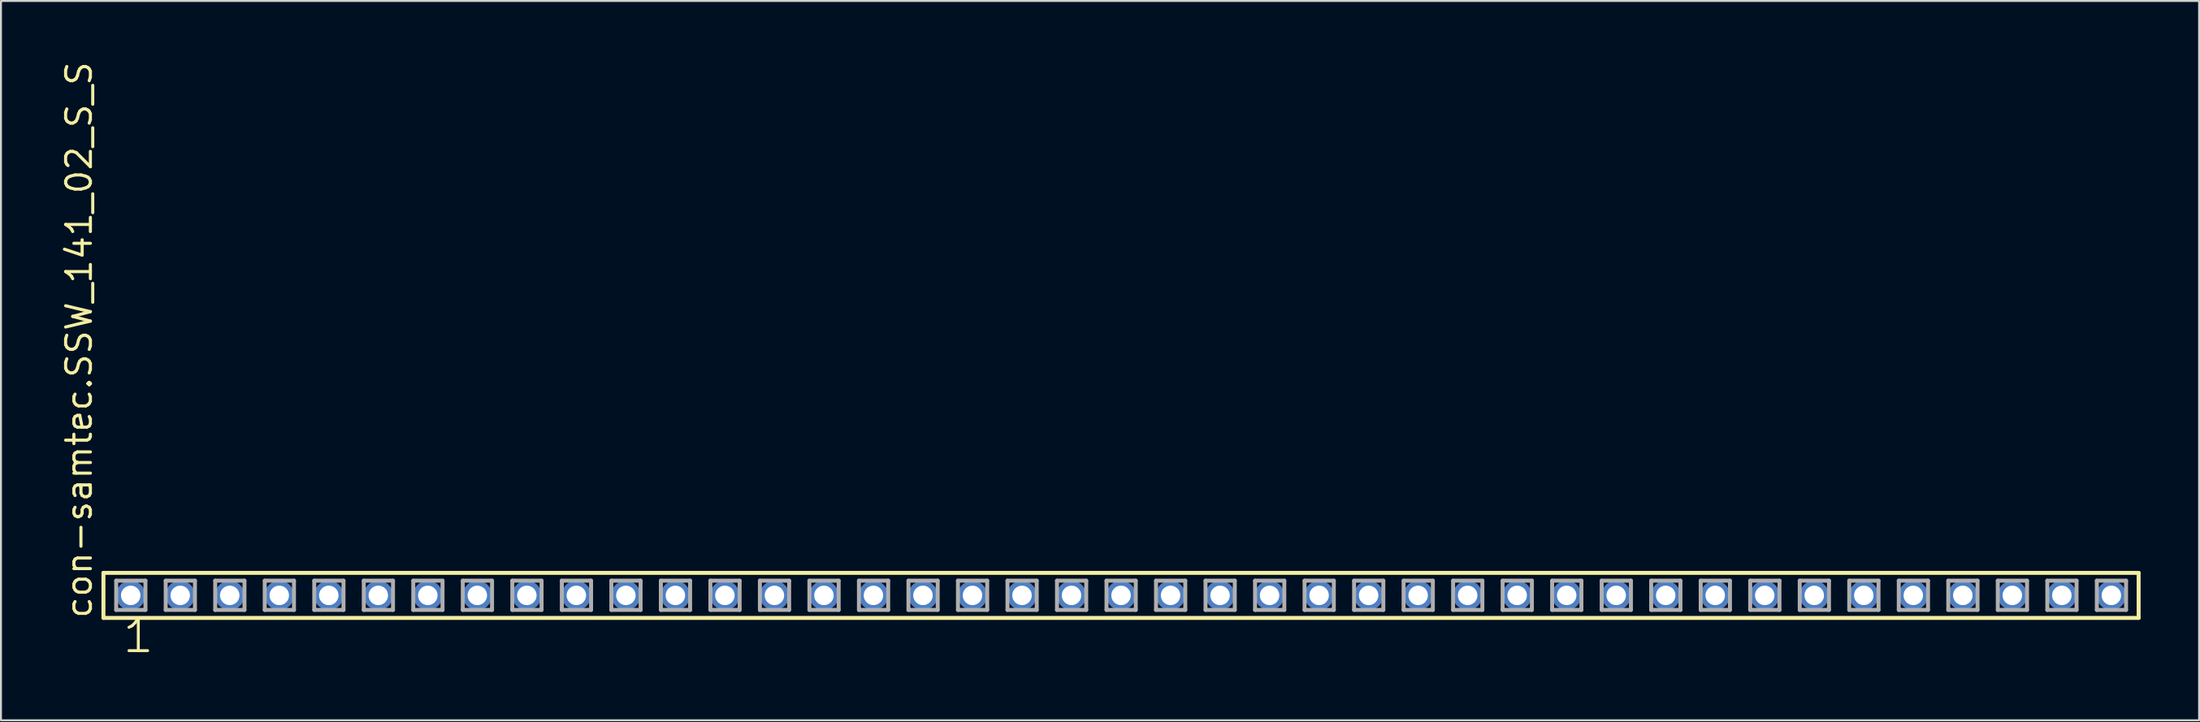
<source format=kicad_pcb>
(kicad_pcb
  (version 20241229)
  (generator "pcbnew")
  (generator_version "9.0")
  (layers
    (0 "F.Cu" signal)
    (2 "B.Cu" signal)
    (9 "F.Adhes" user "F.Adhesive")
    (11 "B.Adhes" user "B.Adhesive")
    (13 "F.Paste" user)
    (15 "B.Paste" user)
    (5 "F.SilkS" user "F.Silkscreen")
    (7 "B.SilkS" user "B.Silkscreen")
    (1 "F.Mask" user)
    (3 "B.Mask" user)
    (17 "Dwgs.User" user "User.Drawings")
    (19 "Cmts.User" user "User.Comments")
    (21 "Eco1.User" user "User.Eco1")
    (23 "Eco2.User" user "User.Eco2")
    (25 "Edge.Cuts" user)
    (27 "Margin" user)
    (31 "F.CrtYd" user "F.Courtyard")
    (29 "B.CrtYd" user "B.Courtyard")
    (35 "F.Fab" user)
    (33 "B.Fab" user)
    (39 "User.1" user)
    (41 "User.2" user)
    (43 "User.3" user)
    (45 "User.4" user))
  (footprint "con-samtec.SSW_141_02_S_S"
    (layer "F.Cu")
    (at 54.455 27.501)
    (property "Reference" "con-samtec.SSW_141_02_S_S" (at -52.705 1.27 90) (layer "F.SilkS") (effects (font (size 1.27 1.27) (thickness 0.16)) (justify left bottom)))
    (attr through_hole)
    (fp_line (start -52.199 -1.155) (end 52.199 -1.155) (stroke (width 0.203) (type default)) (layer "F.SilkS"))
    (fp_line (start -52.199 1.155) (end -52.199 -1.155) (stroke (width 0.203) (type default)) (layer "F.SilkS"))
    (fp_line (start 52.199 -1.155) (end 52.199 1.155) (stroke (width 0.203) (type default)) (layer "F.SilkS"))
    (fp_line (start 52.199 1.155) (end -52.199 1.155) (stroke (width 0.203) (type default)) (layer "F.SilkS"))
    (fp_line (start -51.545 -0.755) (end -50.045 -0.755) (stroke (width 0.203) (type default)) (layer "F.Fab"))
    (fp_line (start -51.545 0.745) (end -51.545 -0.755) (stroke (width 0.203) (type default)) (layer "F.Fab"))
    (fp_line (start -50.045 -0.755) (end -50.045 0.745) (stroke (width 0.203) (type default)) (layer "F.Fab"))
    (fp_line (start -50.045 0.745) (end -51.545 0.745) (stroke (width 0.203) (type default)) (layer "F.Fab"))
    (fp_line (start -49.005 -0.755) (end -47.505 -0.755) (stroke (width 0.203) (type default)) (layer "F.Fab"))
    (fp_line (start -49.005 0.745) (end -49.005 -0.755) (stroke (width 0.203) (type default)) (layer "F.Fab"))
    (fp_line (start -47.505 -0.755) (end -47.505 0.745) (stroke (width 0.203) (type default)) (layer "F.Fab"))
    (fp_line (start -47.505 0.745) (end -49.005 0.745) (stroke (width 0.203) (type default)) (layer "F.Fab"))
    (fp_line (start -46.465 -0.755) (end -44.965 -0.755) (stroke (width 0.203) (type default)) (layer "F.Fab"))
    (fp_line (start -46.465 0.745) (end -46.465 -0.755) (stroke (width 0.203) (type default)) (layer "F.Fab"))
    (fp_line (start -44.965 -0.755) (end -44.965 0.745) (stroke (width 0.203) (type default)) (layer "F.Fab"))
    (fp_line (start -44.965 0.745) (end -46.465 0.745) (stroke (width 0.203) (type default)) (layer "F.Fab"))
    (fp_line (start -43.925 -0.755) (end -42.425 -0.755) (stroke (width 0.203) (type default)) (layer "F.Fab"))
    (fp_line (start -43.925 0.745) (end -43.925 -0.755) (stroke (width 0.203) (type default)) (layer "F.Fab"))
    (fp_line (start -42.425 -0.755) (end -42.425 0.745) (stroke (width 0.203) (type default)) (layer "F.Fab"))
    (fp_line (start -42.425 0.745) (end -43.925 0.745) (stroke (width 0.203) (type default)) (layer "F.Fab"))
    (fp_line (start -41.385 -0.755) (end -39.885 -0.755) (stroke (width 0.203) (type default)) (layer "F.Fab"))
    (fp_line (start -41.385 0.745) (end -41.385 -0.755) (stroke (width 0.203) (type default)) (layer "F.Fab"))
    (fp_line (start -39.885 -0.755) (end -39.885 0.745) (stroke (width 0.203) (type default)) (layer "F.Fab"))
    (fp_line (start -39.885 0.745) (end -41.385 0.745) (stroke (width 0.203) (type default)) (layer "F.Fab"))
    (fp_line (start -38.845 -0.755) (end -37.345 -0.755) (stroke (width 0.203) (type default)) (layer "F.Fab"))
    (fp_line (start -38.845 0.745) (end -38.845 -0.755) (stroke (width 0.203) (type default)) (layer "F.Fab"))
    (fp_line (start -37.345 -0.755) (end -37.345 0.745) (stroke (width 0.203) (type default)) (layer "F.Fab"))
    (fp_line (start -37.345 0.745) (end -38.845 0.745) (stroke (width 0.203) (type default)) (layer "F.Fab"))
    (fp_line (start -36.305 -0.755) (end -34.805 -0.755) (stroke (width 0.203) (type default)) (layer "F.Fab"))
    (fp_line (start -36.305 0.745) (end -36.305 -0.755) (stroke (width 0.203) (type default)) (layer "F.Fab"))
    (fp_line (start -34.805 -0.755) (end -34.805 0.745) (stroke (width 0.203) (type default)) (layer "F.Fab"))
    (fp_line (start -34.805 0.745) (end -36.305 0.745) (stroke (width 0.203) (type default)) (layer "F.Fab"))
    (fp_line (start -33.765 -0.755) (end -32.265 -0.755) (stroke (width 0.203) (type default)) (layer "F.Fab"))
    (fp_line (start -33.765 0.745) (end -33.765 -0.755) (stroke (width 0.203) (type default)) (layer "F.Fab"))
    (fp_line (start -32.265 -0.755) (end -32.265 0.745) (stroke (width 0.203) (type default)) (layer "F.Fab"))
    (fp_line (start -32.265 0.745) (end -33.765 0.745) (stroke (width 0.203) (type default)) (layer "F.Fab"))
    (fp_line (start -31.225 -0.755) (end -29.725 -0.755) (stroke (width 0.203) (type default)) (layer "F.Fab"))
    (fp_line (start -31.225 0.745) (end -31.225 -0.755) (stroke (width 0.203) (type default)) (layer "F.Fab"))
    (fp_line (start -29.725 -0.755) (end -29.725 0.745) (stroke (width 0.203) (type default)) (layer "F.Fab"))
    (fp_line (start -29.725 0.745) (end -31.225 0.745) (stroke (width 0.203) (type default)) (layer "F.Fab"))
    (fp_line (start -28.685 -0.755) (end -27.185 -0.755) (stroke (width 0.203) (type default)) (layer "F.Fab"))
    (fp_line (start -28.685 0.745) (end -28.685 -0.755) (stroke (width 0.203) (type default)) (layer "F.Fab"))
    (fp_line (start -27.185 -0.755) (end -27.185 0.745) (stroke (width 0.203) (type default)) (layer "F.Fab"))
    (fp_line (start -27.185 0.745) (end -28.685 0.745) (stroke (width 0.203) (type default)) (layer "F.Fab"))
    (fp_line (start -26.145 -0.755) (end -24.645 -0.755) (stroke (width 0.203) (type default)) (layer "F.Fab"))
    (fp_line (start -26.145 0.745) (end -26.145 -0.755) (stroke (width 0.203) (type default)) (layer "F.Fab"))
    (fp_line (start -24.645 -0.755) (end -24.645 0.745) (stroke (width 0.203) (type default)) (layer "F.Fab"))
    (fp_line (start -24.645 0.745) (end -26.145 0.745) (stroke (width 0.203) (type default)) (layer "F.Fab"))
    (fp_line (start -23.605 -0.755) (end -22.105 -0.755) (stroke (width 0.203) (type default)) (layer "F.Fab"))
    (fp_line (start -23.605 0.745) (end -23.605 -0.755) (stroke (width 0.203) (type default)) (layer "F.Fab"))
    (fp_line (start -22.105 -0.755) (end -22.105 0.745) (stroke (width 0.203) (type default)) (layer "F.Fab"))
    (fp_line (start -22.105 0.745) (end -23.605 0.745) (stroke (width 0.203) (type default)) (layer "F.Fab"))
    (fp_line (start -21.065 -0.755) (end -19.565 -0.755) (stroke (width 0.203) (type default)) (layer "F.Fab"))
    (fp_line (start -21.065 0.745) (end -21.065 -0.755) (stroke (width 0.203) (type default)) (layer "F.Fab"))
    (fp_line (start -19.565 -0.755) (end -19.565 0.745) (stroke (width 0.203) (type default)) (layer "F.Fab"))
    (fp_line (start -19.565 0.745) (end -21.065 0.745) (stroke (width 0.203) (type default)) (layer "F.Fab"))
    (fp_line (start -18.525 -0.755) (end -17.025 -0.755) (stroke (width 0.203) (type default)) (layer "F.Fab"))
    (fp_line (start -18.525 0.745) (end -18.525 -0.755) (stroke (width 0.203) (type default)) (layer "F.Fab"))
    (fp_line (start -17.025 -0.755) (end -17.025 0.745) (stroke (width 0.203) (type default)) (layer "F.Fab"))
    (fp_line (start -17.025 0.745) (end -18.525 0.745) (stroke (width 0.203) (type default)) (layer "F.Fab"))
    (fp_line (start -15.985 -0.755) (end -14.485 -0.755) (stroke (width 0.203) (type default)) (layer "F.Fab"))
    (fp_line (start -15.985 0.745) (end -15.985 -0.755) (stroke (width 0.203) (type default)) (layer "F.Fab"))
    (fp_line (start -14.485 -0.755) (end -14.485 0.745) (stroke (width 0.203) (type default)) (layer "F.Fab"))
    (fp_line (start -14.485 0.745) (end -15.985 0.745) (stroke (width 0.203) (type default)) (layer "F.Fab"))
    (fp_line (start -13.445 -0.755) (end -11.945 -0.755) (stroke (width 0.203) (type default)) (layer "F.Fab"))
    (fp_line (start -13.445 0.745) (end -13.445 -0.755) (stroke (width 0.203) (type default)) (layer "F.Fab"))
    (fp_line (start -11.945 -0.755) (end -11.945 0.745) (stroke (width 0.203) (type default)) (layer "F.Fab"))
    (fp_line (start -11.945 0.745) (end -13.445 0.745) (stroke (width 0.203) (type default)) (layer "F.Fab"))
    (fp_line (start -10.905 -0.755) (end -9.405 -0.755) (stroke (width 0.203) (type default)) (layer "F.Fab"))
    (fp_line (start -10.905 0.745) (end -10.905 -0.755) (stroke (width 0.203) (type default)) (layer "F.Fab"))
    (fp_line (start -9.405 -0.755) (end -9.405 0.745) (stroke (width 0.203) (type default)) (layer "F.Fab"))
    (fp_line (start -9.405 0.745) (end -10.905 0.745) (stroke (width 0.203) (type default)) (layer "F.Fab"))
    (fp_line (start -8.365 -0.755) (end -6.865 -0.755) (stroke (width 0.203) (type default)) (layer "F.Fab"))
    (fp_line (start -8.365 0.745) (end -8.365 -0.755) (stroke (width 0.203) (type default)) (layer "F.Fab"))
    (fp_line (start -6.865 -0.755) (end -6.865 0.745) (stroke (width 0.203) (type default)) (layer "F.Fab"))
    (fp_line (start -6.865 0.745) (end -8.365 0.745) (stroke (width 0.203) (type default)) (layer "F.Fab"))
    (fp_line (start -5.825 -0.755) (end -4.325 -0.755) (stroke (width 0.203) (type default)) (layer "F.Fab"))
    (fp_line (start -5.825 0.745) (end -5.825 -0.755) (stroke (width 0.203) (type default)) (layer "F.Fab"))
    (fp_line (start -4.325 -0.755) (end -4.325 0.745) (stroke (width 0.203) (type default)) (layer "F.Fab"))
    (fp_line (start -4.325 0.745) (end -5.825 0.745) (stroke (width 0.203) (type default)) (layer "F.Fab"))
    (fp_line (start -3.285 -0.755) (end -1.785 -0.755) (stroke (width 0.203) (type default)) (layer "F.Fab"))
    (fp_line (start -3.285 0.745) (end -3.285 -0.755) (stroke (width 0.203) (type default)) (layer "F.Fab"))
    (fp_line (start -1.785 -0.755) (end -1.785 0.745) (stroke (width 0.203) (type default)) (layer "F.Fab"))
    (fp_line (start -1.785 0.745) (end -3.285 0.745) (stroke (width 0.203) (type default)) (layer "F.Fab"))
    (fp_line (start -0.745 -0.755) (end 0.755 -0.755) (stroke (width 0.203) (type default)) (layer "F.Fab"))
    (fp_line (start -0.745 0.745) (end -0.745 -0.755) (stroke (width 0.203) (type default)) (layer "F.Fab"))
    (fp_line (start 0.755 -0.755) (end 0.755 0.745) (stroke (width 0.203) (type default)) (layer "F.Fab"))
    (fp_line (start 0.755 0.745) (end -0.745 0.745) (stroke (width 0.203) (type default)) (layer "F.Fab"))
    (fp_line (start 1.795 -0.755) (end 3.295 -0.755) (stroke (width 0.203) (type default)) (layer "F.Fab"))
    (fp_line (start 1.795 0.745) (end 1.795 -0.755) (stroke (width 0.203) (type default)) (layer "F.Fab"))
    (fp_line (start 3.295 -0.755) (end 3.295 0.745) (stroke (width 0.203) (type default)) (layer "F.Fab"))
    (fp_line (start 3.295 0.745) (end 1.795 0.745) (stroke (width 0.203) (type default)) (layer "F.Fab"))
    (fp_line (start 4.335 -0.755) (end 5.835 -0.755) (stroke (width 0.203) (type default)) (layer "F.Fab"))
    (fp_line (start 4.335 0.745) (end 4.335 -0.755) (stroke (width 0.203) (type default)) (layer "F.Fab"))
    (fp_line (start 5.835 -0.755) (end 5.835 0.745) (stroke (width 0.203) (type default)) (layer "F.Fab"))
    (fp_line (start 5.835 0.745) (end 4.335 0.745) (stroke (width 0.203) (type default)) (layer "F.Fab"))
    (fp_line (start 6.875 -0.755) (end 8.375 -0.755) (stroke (width 0.203) (type default)) (layer "F.Fab"))
    (fp_line (start 6.875 0.745) (end 6.875 -0.755) (stroke (width 0.203) (type default)) (layer "F.Fab"))
    (fp_line (start 8.375 -0.755) (end 8.375 0.745) (stroke (width 0.203) (type default)) (layer "F.Fab"))
    (fp_line (start 8.375 0.745) (end 6.875 0.745) (stroke (width 0.203) (type default)) (layer "F.Fab"))
    (fp_line (start 9.415 -0.755) (end 10.915 -0.755) (stroke (width 0.203) (type default)) (layer "F.Fab"))
    (fp_line (start 9.415 0.745) (end 9.415 -0.755) (stroke (width 0.203) (type default)) (layer "F.Fab"))
    (fp_line (start 10.915 -0.755) (end 10.915 0.745) (stroke (width 0.203) (type default)) (layer "F.Fab"))
    (fp_line (start 10.915 0.745) (end 9.415 0.745) (stroke (width 0.203) (type default)) (layer "F.Fab"))
    (fp_line (start 11.955 -0.755) (end 13.455 -0.755) (stroke (width 0.203) (type default)) (layer "F.Fab"))
    (fp_line (start 11.955 0.745) (end 11.955 -0.755) (stroke (width 0.203) (type default)) (layer "F.Fab"))
    (fp_line (start 13.455 -0.755) (end 13.455 0.745) (stroke (width 0.203) (type default)) (layer "F.Fab"))
    (fp_line (start 13.455 0.745) (end 11.955 0.745) (stroke (width 0.203) (type default)) (layer "F.Fab"))
    (fp_line (start 14.495 -0.755) (end 15.995 -0.755) (stroke (width 0.203) (type default)) (layer "F.Fab"))
    (fp_line (start 14.495 0.745) (end 14.495 -0.755) (stroke (width 0.203) (type default)) (layer "F.Fab"))
    (fp_line (start 15.995 -0.755) (end 15.995 0.745) (stroke (width 0.203) (type default)) (layer "F.Fab"))
    (fp_line (start 15.995 0.745) (end 14.495 0.745) (stroke (width 0.203) (type default)) (layer "F.Fab"))
    (fp_line (start 17.035 -0.755) (end 18.535 -0.755) (stroke (width 0.203) (type default)) (layer "F.Fab"))
    (fp_line (start 17.035 0.745) (end 17.035 -0.755) (stroke (width 0.203) (type default)) (layer "F.Fab"))
    (fp_line (start 18.535 -0.755) (end 18.535 0.745) (stroke (width 0.203) (type default)) (layer "F.Fab"))
    (fp_line (start 18.535 0.745) (end 17.035 0.745) (stroke (width 0.203) (type default)) (layer "F.Fab"))
    (fp_line (start 19.575 -0.755) (end 21.075 -0.755) (stroke (width 0.203) (type default)) (layer "F.Fab"))
    (fp_line (start 19.575 0.745) (end 19.575 -0.755) (stroke (width 0.203) (type default)) (layer "F.Fab"))
    (fp_line (start 21.075 -0.755) (end 21.075 0.745) (stroke (width 0.203) (type default)) (layer "F.Fab"))
    (fp_line (start 21.075 0.745) (end 19.575 0.745) (stroke (width 0.203) (type default)) (layer "F.Fab"))
    (fp_line (start 22.115 -0.755) (end 23.615 -0.755) (stroke (width 0.203) (type default)) (layer "F.Fab"))
    (fp_line (start 22.115 0.745) (end 22.115 -0.755) (stroke (width 0.203) (type default)) (layer "F.Fab"))
    (fp_line (start 23.615 -0.755) (end 23.615 0.745) (stroke (width 0.203) (type default)) (layer "F.Fab"))
    (fp_line (start 23.615 0.745) (end 22.115 0.745) (stroke (width 0.203) (type default)) (layer "F.Fab"))
    (fp_line (start 24.655 -0.755) (end 26.155 -0.755) (stroke (width 0.203) (type default)) (layer "F.Fab"))
    (fp_line (start 24.655 0.745) (end 24.655 -0.755) (stroke (width 0.203) (type default)) (layer "F.Fab"))
    (fp_line (start 26.155 -0.755) (end 26.155 0.745) (stroke (width 0.203) (type default)) (layer "F.Fab"))
    (fp_line (start 26.155 0.745) (end 24.655 0.745) (stroke (width 0.203) (type default)) (layer "F.Fab"))
    (fp_line (start 27.195 -0.755) (end 28.695 -0.755) (stroke (width 0.203) (type default)) (layer "F.Fab"))
    (fp_line (start 27.195 0.745) (end 27.195 -0.755) (stroke (width 0.203) (type default)) (layer "F.Fab"))
    (fp_line (start 28.695 -0.755) (end 28.695 0.745) (stroke (width 0.203) (type default)) (layer "F.Fab"))
    (fp_line (start 28.695 0.745) (end 27.195 0.745) (stroke (width 0.203) (type default)) (layer "F.Fab"))
    (fp_line (start 29.735 -0.755) (end 31.235 -0.755) (stroke (width 0.203) (type default)) (layer "F.Fab"))
    (fp_line (start 29.735 0.745) (end 29.735 -0.755) (stroke (width 0.203) (type default)) (layer "F.Fab"))
    (fp_line (start 31.235 -0.755) (end 31.235 0.745) (stroke (width 0.203) (type default)) (layer "F.Fab"))
    (fp_line (start 31.235 0.745) (end 29.735 0.745) (stroke (width 0.203) (type default)) (layer "F.Fab"))
    (fp_line (start 32.275 -0.755) (end 33.775 -0.755) (stroke (width 0.203) (type default)) (layer "F.Fab"))
    (fp_line (start 32.275 0.745) (end 32.275 -0.755) (stroke (width 0.203) (type default)) (layer "F.Fab"))
    (fp_line (start 33.775 -0.755) (end 33.775 0.745) (stroke (width 0.203) (type default)) (layer "F.Fab"))
    (fp_line (start 33.775 0.745) (end 32.275 0.745) (stroke (width 0.203) (type default)) (layer "F.Fab"))
    (fp_line (start 34.815 -0.755) (end 36.315 -0.755) (stroke (width 0.203) (type default)) (layer "F.Fab"))
    (fp_line (start 34.815 0.745) (end 34.815 -0.755) (stroke (width 0.203) (type default)) (layer "F.Fab"))
    (fp_line (start 36.315 -0.755) (end 36.315 0.745) (stroke (width 0.203) (type default)) (layer "F.Fab"))
    (fp_line (start 36.315 0.745) (end 34.815 0.745) (stroke (width 0.203) (type default)) (layer "F.Fab"))
    (fp_line (start 37.355 -0.755) (end 38.855 -0.755) (stroke (width 0.203) (type default)) (layer "F.Fab"))
    (fp_line (start 37.355 0.745) (end 37.355 -0.755) (stroke (width 0.203) (type default)) (layer "F.Fab"))
    (fp_line (start 38.855 -0.755) (end 38.855 0.745) (stroke (width 0.203) (type default)) (layer "F.Fab"))
    (fp_line (start 38.855 0.745) (end 37.355 0.745) (stroke (width 0.203) (type default)) (layer "F.Fab"))
    (fp_line (start 39.895 -0.755) (end 41.395 -0.755) (stroke (width 0.203) (type default)) (layer "F.Fab"))
    (fp_line (start 39.895 0.745) (end 39.895 -0.755) (stroke (width 0.203) (type default)) (layer "F.Fab"))
    (fp_line (start 41.395 -0.755) (end 41.395 0.745) (stroke (width 0.203) (type default)) (layer "F.Fab"))
    (fp_line (start 41.395 0.745) (end 39.895 0.745) (stroke (width 0.203) (type default)) (layer "F.Fab"))
    (fp_line (start 42.435 -0.755) (end 43.935 -0.755) (stroke (width 0.203) (type default)) (layer "F.Fab"))
    (fp_line (start 42.435 0.745) (end 42.435 -0.755) (stroke (width 0.203) (type default)) (layer "F.Fab"))
    (fp_line (start 43.935 -0.755) (end 43.935 0.745) (stroke (width 0.203) (type default)) (layer "F.Fab"))
    (fp_line (start 43.935 0.745) (end 42.435 0.745) (stroke (width 0.203) (type default)) (layer "F.Fab"))
    (fp_line (start 44.975 -0.755) (end 46.475 -0.755) (stroke (width 0.203) (type default)) (layer "F.Fab"))
    (fp_line (start 44.975 0.745) (end 44.975 -0.755) (stroke (width 0.203) (type default)) (layer "F.Fab"))
    (fp_line (start 46.475 -0.755) (end 46.475 0.745) (stroke (width 0.203) (type default)) (layer "F.Fab"))
    (fp_line (start 46.475 0.745) (end 44.975 0.745) (stroke (width 0.203) (type default)) (layer "F.Fab"))
    (fp_line (start 47.515 -0.755) (end 49.015 -0.755) (stroke (width 0.203) (type default)) (layer "F.Fab"))
    (fp_line (start 47.515 0.745) (end 47.515 -0.755) (stroke (width 0.203) (type default)) (layer "F.Fab"))
    (fp_line (start 49.015 -0.755) (end 49.015 0.745) (stroke (width 0.203) (type default)) (layer "F.Fab"))
    (fp_line (start 49.015 0.745) (end 47.515 0.745) (stroke (width 0.203) (type default)) (layer "F.Fab"))
    (fp_line (start 50.055 -0.755) (end 51.555 -0.755) (stroke (width 0.203) (type default)) (layer "F.Fab"))
    (fp_line (start 50.055 0.745) (end 50.055 -0.755) (stroke (width 0.203) (type default)) (layer "F.Fab"))
    (fp_line (start 51.555 -0.755) (end 51.555 0.745) (stroke (width 0.203) (type default)) (layer "F.Fab"))
    (fp_line (start 51.555 0.745) (end 50.055 0.745) (stroke (width 0.203) (type default)) (layer "F.Fab"))
    (fp_text user "1" (at -51.308 3.048 0) (layer "F.SilkS") (effects (font (size 1.676 1.676) (thickness 0.15)) (justify left bottom)))
    (pad "1" thru_hole circle (at -50.8 0) (size 1.5 1.5) (drill 1) (layers "*.Cu" "*.Mask"))
    (pad "2" thru_hole circle (at -48.26 0) (size 1.5 1.5) (drill 1) (layers "*.Cu" "*.Mask"))
    (pad "3" thru_hole circle (at -45.72 0) (size 1.5 1.5) (drill 1) (layers "*.Cu" "*.Mask"))
    (pad "4" thru_hole circle (at -43.18 0) (size 1.5 1.5) (drill 1) (layers "*.Cu" "*.Mask"))
    (pad "5" thru_hole circle (at -40.64 0) (size 1.5 1.5) (drill 1) (layers "*.Cu" "*.Mask"))
    (pad "6" thru_hole circle (at -38.1 0) (size 1.5 1.5) (drill 1) (layers "*.Cu" "*.Mask"))
    (pad "7" thru_hole circle (at -35.56 0) (size 1.5 1.5) (drill 1) (layers "*.Cu" "*.Mask"))
    (pad "8" thru_hole circle (at -33.02 0) (size 1.5 1.5) (drill 1) (layers "*.Cu" "*.Mask"))
    (pad "9" thru_hole circle (at -30.48 0) (size 1.5 1.5) (drill 1) (layers "*.Cu" "*.Mask"))
    (pad "10" thru_hole circle (at -27.94 0) (size 1.5 1.5) (drill 1) (layers "*.Cu" "*.Mask"))
    (pad "11" thru_hole circle (at -25.4 0) (size 1.5 1.5) (drill 1) (layers "*.Cu" "*.Mask"))
    (pad "12" thru_hole circle (at -22.86 0) (size 1.5 1.5) (drill 1) (layers "*.Cu" "*.Mask"))
    (pad "13" thru_hole circle (at -20.32 0) (size 1.5 1.5) (drill 1) (layers "*.Cu" "*.Mask"))
    (pad "14" thru_hole circle (at -17.78 0) (size 1.5 1.5) (drill 1) (layers "*.Cu" "*.Mask"))
    (pad "15" thru_hole circle (at -15.24 0) (size 1.5 1.5) (drill 1) (layers "*.Cu" "*.Mask"))
    (pad "16" thru_hole circle (at -12.7 0) (size 1.5 1.5) (drill 1) (layers "*.Cu" "*.Mask"))
    (pad "17" thru_hole circle (at -10.16 0) (size 1.5 1.5) (drill 1) (layers "*.Cu" "*.Mask"))
    (pad "18" thru_hole circle (at -7.62 0) (size 1.5 1.5) (drill 1) (layers "*.Cu" "*.Mask"))
    (pad "19" thru_hole circle (at -5.08 0) (size 1.5 1.5) (drill 1) (layers "*.Cu" "*.Mask"))
    (pad "20" thru_hole circle (at -2.54 0) (size 1.5 1.5) (drill 1) (layers "*.Cu" "*.Mask"))
    (pad "21" thru_hole circle (at 0 0) (size 1.5 1.5) (drill 1) (layers "*.Cu" "*.Mask"))
    (pad "22" thru_hole circle (at 2.54 0) (size 1.5 1.5) (drill 1) (layers "*.Cu" "*.Mask"))
    (pad "23" thru_hole circle (at 5.08 0) (size 1.5 1.5) (drill 1) (layers "*.Cu" "*.Mask"))
    (pad "24" thru_hole circle (at 7.62 0) (size 1.5 1.5) (drill 1) (layers "*.Cu" "*.Mask"))
    (pad "25" thru_hole circle (at 10.16 0) (size 1.5 1.5) (drill 1) (layers "*.Cu" "*.Mask"))
    (pad "26" thru_hole circle (at 12.7 0) (size 1.5 1.5) (drill 1) (layers "*.Cu" "*.Mask"))
    (pad "27" thru_hole circle (at 15.24 0) (size 1.5 1.5) (drill 1) (layers "*.Cu" "*.Mask"))
    (pad "28" thru_hole circle (at 17.78 0) (size 1.5 1.5) (drill 1) (layers "*.Cu" "*.Mask"))
    (pad "29" thru_hole circle (at 20.32 0) (size 1.5 1.5) (drill 1) (layers "*.Cu" "*.Mask"))
    (pad "30" thru_hole circle (at 22.86 0) (size 1.5 1.5) (drill 1) (layers "*.Cu" "*.Mask"))
    (pad "31" thru_hole circle (at 25.4 0) (size 1.5 1.5) (drill 1) (layers "*.Cu" "*.Mask"))
    (pad "32" thru_hole circle (at 27.94 0) (size 1.5 1.5) (drill 1) (layers "*.Cu" "*.Mask"))
    (pad "33" thru_hole circle (at 30.48 0) (size 1.5 1.5) (drill 1) (layers "*.Cu" "*.Mask"))
    (pad "34" thru_hole circle (at 33.02 0) (size 1.5 1.5) (drill 1) (layers "*.Cu" "*.Mask"))
    (pad "35" thru_hole circle (at 35.56 0) (size 1.5 1.5) (drill 1) (layers "*.Cu" "*.Mask"))
    (pad "36" thru_hole circle (at 38.1 0) (size 1.5 1.5) (drill 1) (layers "*.Cu" "*.Mask"))
    (pad "37" thru_hole circle (at 40.64 0) (size 1.5 1.5) (drill 1) (layers "*.Cu" "*.Mask"))
    (pad "38" thru_hole circle (at 43.18 0) (size 1.5 1.5) (drill 1) (layers "*.Cu" "*.Mask"))
    (pad "39" thru_hole circle (at 45.72 0) (size 1.5 1.5) (drill 1) (layers "*.Cu" "*.Mask"))
    (pad "40" thru_hole circle (at 48.26 0) (size 1.5 1.5) (drill 1) (layers "*.Cu" "*.Mask"))
    (pad "41" thru_hole circle (at 50.8 0) (size 1.5 1.5) (drill 1) (layers "*.Cu" "*.Mask")))
  (gr_rect
    (start -3 -3)
    (end 109.756 33.91)
    (stroke (width 0.1) (type default))
    (fill no)
    (layer "Edge.Cuts")))
</source>
